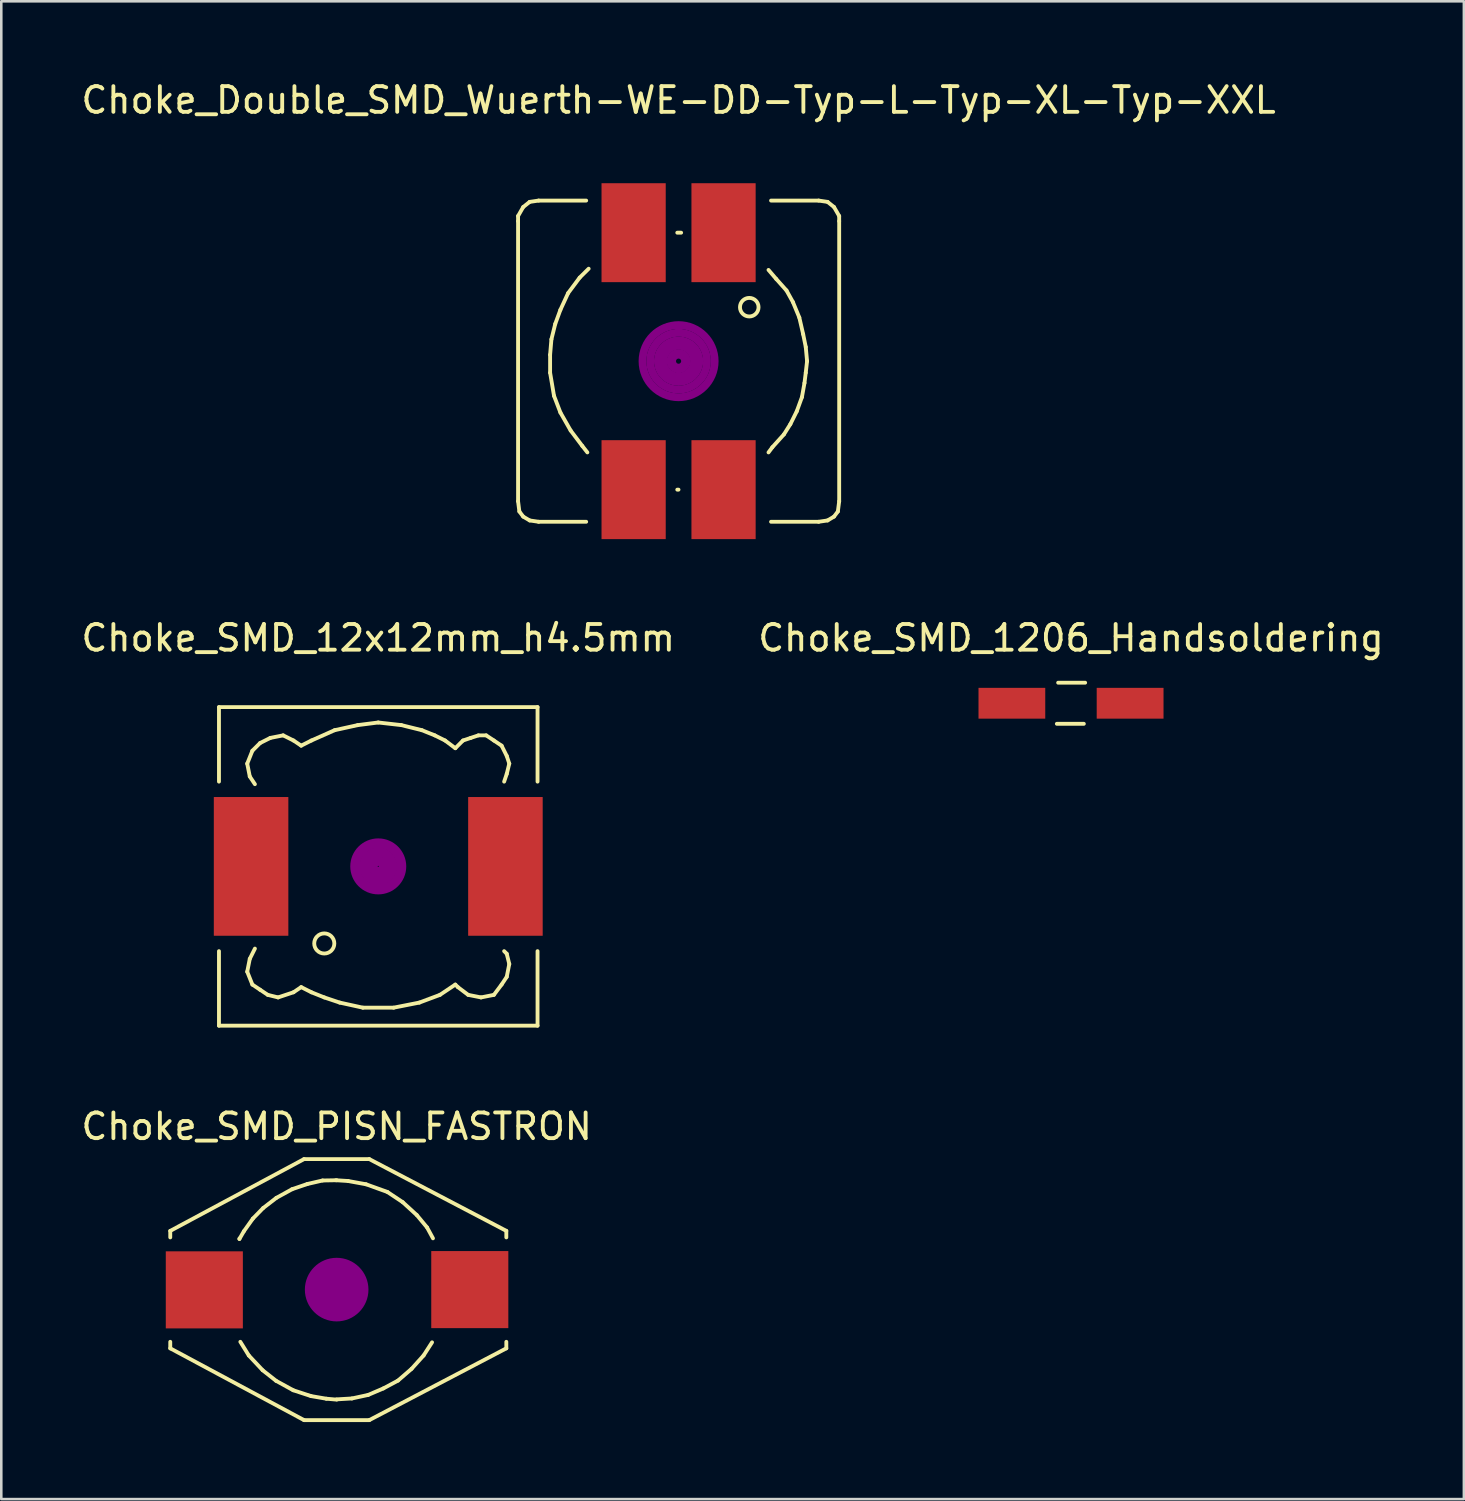
<source format=kicad_pcb>
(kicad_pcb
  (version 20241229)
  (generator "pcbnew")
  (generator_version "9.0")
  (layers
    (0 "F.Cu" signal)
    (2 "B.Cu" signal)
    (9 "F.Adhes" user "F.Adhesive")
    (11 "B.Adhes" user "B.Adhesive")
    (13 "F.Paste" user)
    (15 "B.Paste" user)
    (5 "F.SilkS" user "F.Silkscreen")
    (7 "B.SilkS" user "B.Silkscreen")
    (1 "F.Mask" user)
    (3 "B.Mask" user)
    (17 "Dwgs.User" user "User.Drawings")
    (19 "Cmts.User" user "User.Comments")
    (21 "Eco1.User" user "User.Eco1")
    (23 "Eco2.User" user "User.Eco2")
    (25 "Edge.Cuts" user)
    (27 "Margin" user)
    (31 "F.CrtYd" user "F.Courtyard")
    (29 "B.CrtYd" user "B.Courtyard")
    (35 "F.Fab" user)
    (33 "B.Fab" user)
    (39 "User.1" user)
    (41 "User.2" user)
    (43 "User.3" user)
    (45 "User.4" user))
  (footprint "Choke_SMD_PISN_FASTRON"
    (layer "F.Cu")
    (at 10.054 47.146)
    (property "Reference" "Choke_SMD_PISN_FASTRON" (at 0 -6.35 0) (layer "F.SilkS") (effects (font (size 1 1) (thickness 0.15))))
    (attr smd)
    (fp_line (start -6.477 -2.286) (end -6.477 -2.032) (stroke (width 0.15) (type solid)) (layer "F.SilkS"))
    (fp_line (start -6.477 2.286) (end -6.477 2.032) (stroke (width 0.15) (type solid)) (layer "F.SilkS"))
    (fp_line (start -3.785 -1.971) (end -3.785 -1.986) (stroke (width 0.15) (type solid)) (layer "F.SilkS"))
    (fp_line (start -3.612 -2.271) (end -3.785 -1.971) (stroke (width 0.15) (type solid)) (layer "F.SilkS"))
    (fp_line (start -3.419 2.565) (end -3.749 2.032) (stroke (width 0.15) (type solid)) (layer "F.SilkS"))
    (fp_line (start -3.261 -2.764) (end -3.612 -2.271) (stroke (width 0.15) (type solid)) (layer "F.SilkS"))
    (fp_line (start -2.88 3.139) (end -3.419 2.565) (stroke (width 0.15) (type solid)) (layer "F.SilkS"))
    (fp_line (start -2.86 -3.175) (end -3.261 -2.764) (stroke (width 0.15) (type solid)) (layer "F.SilkS"))
    (fp_line (start -2.357 3.551) (end -2.88 3.139) (stroke (width 0.15) (type solid)) (layer "F.SilkS"))
    (fp_line (start -2.347 -3.571) (end -2.86 -3.175) (stroke (width 0.15) (type solid)) (layer "F.SilkS"))
    (fp_line (start -1.737 -3.907) (end -2.347 -3.571) (stroke (width 0.15) (type solid)) (layer "F.SilkS"))
    (fp_line (start -1.692 3.917) (end -2.357 3.551) (stroke (width 0.15) (type solid)) (layer "F.SilkS"))
    (fp_line (start -1.27 -5.08) (end -6.477 -2.286) (stroke (width 0.15) (type solid)) (layer "F.SilkS"))
    (fp_line (start -1.27 -5.08) (end 1.27 -5.08) (stroke (width 0.15) (type solid)) (layer "F.SilkS"))
    (fp_line (start -1.27 5.08) (end -6.477 2.286) (stroke (width 0.15) (type solid)) (layer "F.SilkS"))
    (fp_line (start -1.27 5.08) (end 1.27 5.08) (stroke (width 0.15) (type solid)) (layer "F.SilkS"))
    (fp_line (start -1.143 -4.11) (end -1.737 -3.907) (stroke (width 0.15) (type solid)) (layer "F.SilkS"))
    (fp_line (start -0.996 4.145) (end -1.692 3.917) (stroke (width 0.15) (type solid)) (layer "F.SilkS"))
    (fp_line (start -0.549 -4.247) (end -1.143 -4.11) (stroke (width 0.15) (type solid)) (layer "F.SilkS"))
    (fp_line (start -0.401 4.247) (end -0.996 4.145) (stroke (width 0.15) (type solid)) (layer "F.SilkS"))
    (fp_line (start -0.025 -4.257) (end 0.447 -4.227) (stroke (width 0.15) (type solid)) (layer "F.SilkS"))
    (fp_line (start 0 -4.257) (end -0.549 -4.247) (stroke (width 0.15) (type solid)) (layer "F.SilkS"))
    (fp_line (start 0 4.272) (end 0.594 4.237) (stroke (width 0.15) (type solid)) (layer "F.SilkS"))
    (fp_line (start 0 4.282) (end -0.401 4.247) (stroke (width 0.15) (type solid)) (layer "F.SilkS"))
    (fp_line (start 0.447 -4.227) (end 1.143 -4.1) (stroke (width 0.15) (type solid)) (layer "F.SilkS"))
    (fp_line (start 0.594 4.237) (end 1.224 4.1) (stroke (width 0.15) (type solid)) (layer "F.SilkS"))
    (fp_line (start 1.143 -4.1) (end 1.976 -3.8) (stroke (width 0.15) (type solid)) (layer "F.SilkS"))
    (fp_line (start 1.224 4.1) (end 1.819 3.846) (stroke (width 0.15) (type solid)) (layer "F.SilkS"))
    (fp_line (start 1.27 -5.08) (end 6.604 -2.286) (stroke (width 0.15) (type solid)) (layer "F.SilkS"))
    (fp_line (start 1.27 5.08) (end 6.604 2.286) (stroke (width 0.15) (type solid)) (layer "F.SilkS"))
    (fp_line (start 1.819 3.846) (end 2.388 3.541) (stroke (width 0.15) (type solid)) (layer "F.SilkS"))
    (fp_line (start 1.976 -3.8) (end 2.57 -3.404) (stroke (width 0.15) (type solid)) (layer "F.SilkS"))
    (fp_line (start 2.388 3.541) (end 2.916 3.084) (stroke (width 0.15) (type solid)) (layer "F.SilkS"))
    (fp_line (start 2.57 -3.404) (end 3.119 -2.901) (stroke (width 0.15) (type solid)) (layer "F.SilkS"))
    (fp_line (start 2.916 3.084) (end 3.383 2.565) (stroke (width 0.15) (type solid)) (layer "F.SilkS"))
    (fp_line (start 3.119 -2.901) (end 3.52 -2.418) (stroke (width 0.15) (type solid)) (layer "F.SilkS"))
    (fp_line (start 3.383 2.565) (end 3.713 2.052) (stroke (width 0.15) (type solid)) (layer "F.SilkS"))
    (fp_line (start 3.52 -2.418) (end 3.749 -1.996) (stroke (width 0.15) (type solid)) (layer "F.SilkS"))
    (fp_line (start 6.604 -2.286) (end 6.604 -2.032) (stroke (width 0.15) (type solid)) (layer "F.SilkS"))
    (fp_line (start 6.604 2.286) (end 6.604 2.032) (stroke (width 0.15) (type solid)) (layer "F.SilkS"))
    (fp_line (start 0 -0.254) (end 0 0.254) (stroke (width 0.381) (type solid)) (layer "F.Adhes"))
    (fp_circle (center 0 0) (end 0 0.508) (stroke (width 0.381) (type solid)) (fill no) (layer "F.Adhes"))
    (fp_circle (center 0 0) (end 0.254 0) (stroke (width 0.381) (type solid)) (fill no) (layer "F.Adhes"))
    (fp_circle (center 0 0) (end 0.254 0.762) (stroke (width 0.381) (type solid)) (fill no) (layer "F.Adhes"))
    (fp_circle (center 0 0) (end 0.254 1.016) (stroke (width 0.381) (type solid)) (fill no) (layer "F.Adhes"))
    (pad "1" smd rect (at 5.182 0) (size 3 3) (layers "F.Cu" "F.Mask" "F.Paste"))
    (pad "2" smd rect (at -5.151 0.01) (size 3 3) (layers "F.Cu" "F.Mask" "F.Paste")))
  (footprint "Choke_SMD_1206_Handsoldering"
    (layer "F.Cu")
    (at 38.637 24.323)
    (property "Reference" "Choke_SMD_1206_Handsoldering" (at 0 -2.54 0) (layer "F.SilkS") (effects (font (size 1 1) (thickness 0.15))))
    (attr smd)
    (fp_line (start -0.551 0.8) (end 0.5 0.8) (stroke (width 0.15) (type solid)) (layer "F.SilkS"))
    (fp_line (start 0.551 -0.8) (end -0.5 -0.8) (stroke (width 0.15) (type solid)) (layer "F.SilkS"))
    (pad "1" smd rect (at -2.301 0) (size 2.598 1.199) (layers "F.Cu" "F.Mask" "F.Paste"))
    (pad "2" smd rect (at 2.301 0) (size 2.601 1.199) (layers "F.Cu" "F.Mask" "F.Paste")))
  (footprint "Choke_Double_SMD_Wuerth-WE-DD-Typ-L-Typ-XL-Typ-XXL"
    (layer "F.Cu")
    (at 23.363 11.008)
    (property "Reference" "Choke_Double_SMD_Wuerth-WE-DD-Typ-L-Typ-XL-Typ-XXL" (at 0 -10.16 0) (layer "F.SilkS") (effects (font (size 1 1) (thickness 0.15))))
    (attr smd)
    (fp_line (start -6.248 -5.649) (end -6.248 -5.451) (stroke (width 0.15) (type solid)) (layer "F.SilkS"))
    (fp_line (start -6.248 -5.451) (end -6.248 5.451) (stroke (width 0.15) (type solid)) (layer "F.SilkS"))
    (fp_line (start -6.198 5.85) (end -6.248 5.451) (stroke (width 0.15) (type solid)) (layer "F.SilkS"))
    (fp_line (start -6.048 -5.999) (end -6.248 -5.649) (stroke (width 0.15) (type solid)) (layer "F.SilkS"))
    (fp_line (start -6.048 6.05) (end -6.198 5.85) (stroke (width 0.15) (type solid)) (layer "F.SilkS"))
    (fp_line (start -5.796 -6.2) (end -6.048 -5.999) (stroke (width 0.15) (type solid)) (layer "F.SilkS"))
    (fp_line (start -5.796 6.2) (end -6.048 6.05) (stroke (width 0.15) (type solid)) (layer "F.SilkS"))
    (fp_line (start -5.448 -6.251) (end -5.796 -6.2) (stroke (width 0.15) (type solid)) (layer "F.SilkS"))
    (fp_line (start -5.448 6.251) (end -5.796 6.2) (stroke (width 0.15) (type solid)) (layer "F.SilkS"))
    (fp_line (start -5.001 -0.249) (end -5.001 0.45) (stroke (width 0.15) (type solid)) (layer "F.SilkS"))
    (fp_line (start -5.001 0.45) (end -4.849 1.349) (stroke (width 0.15) (type solid)) (layer "F.SilkS"))
    (fp_line (start -4.95 -0.851) (end -5.001 -0.249) (stroke (width 0.15) (type solid)) (layer "F.SilkS"))
    (fp_line (start -4.849 1.349) (end -4.6 1.999) (stroke (width 0.15) (type solid)) (layer "F.SilkS"))
    (fp_line (start -4.801 -1.45) (end -4.95 -0.851) (stroke (width 0.15) (type solid)) (layer "F.SilkS"))
    (fp_line (start -4.6 -1.999) (end -4.801 -1.45) (stroke (width 0.15) (type solid)) (layer "F.SilkS"))
    (fp_line (start -4.6 1.999) (end -4.201 2.7) (stroke (width 0.15) (type solid)) (layer "F.SilkS"))
    (fp_line (start -4.3 -2.649) (end -4.6 -1.999) (stroke (width 0.15) (type solid)) (layer "F.SilkS"))
    (fp_line (start -4.201 2.7) (end -3.749 3.299) (stroke (width 0.15) (type solid)) (layer "F.SilkS"))
    (fp_line (start -3.851 -3.251) (end -4.3 -2.649) (stroke (width 0.15) (type solid)) (layer "F.SilkS"))
    (fp_line (start -3.749 3.299) (end -3.551 3.551) (stroke (width 0.15) (type solid)) (layer "F.SilkS"))
    (fp_line (start -3.597 -6.251) (end -5.448 -6.251) (stroke (width 0.15) (type solid)) (layer "F.SilkS"))
    (fp_line (start -3.597 6.251) (end -5.448 6.251) (stroke (width 0.15) (type solid)) (layer "F.SilkS"))
    (fp_line (start -3.5 -3.599) (end -3.851 -3.251) (stroke (width 0.15) (type solid)) (layer "F.SilkS"))
    (fp_line (start -0.051 5.001) (end -0.003 5.001) (stroke (width 0.15) (type solid)) (layer "F.SilkS"))
    (fp_line (start 0.099 -5.001) (end -0.051 -5.001) (stroke (width 0.15) (type solid)) (layer "F.SilkS"))
    (fp_line (start 3.5 3.551) (end 3.65 3.35) (stroke (width 0.15) (type solid)) (layer "F.SilkS"))
    (fp_line (start 3.599 -6.251) (end 5.451 -6.251) (stroke (width 0.15) (type solid)) (layer "F.SilkS"))
    (fp_line (start 3.599 6.251) (end 5.451 6.251) (stroke (width 0.15) (type solid)) (layer "F.SilkS"))
    (fp_line (start 3.65 3.35) (end 4.1 2.85) (stroke (width 0.15) (type solid)) (layer "F.SilkS"))
    (fp_line (start 3.8 -3.2) (end 3.5 -3.551) (stroke (width 0.15) (type solid)) (layer "F.SilkS"))
    (fp_line (start 4.1 2.85) (end 4.351 2.451) (stroke (width 0.15) (type solid)) (layer "F.SilkS"))
    (fp_line (start 4.201 -2.751) (end 3.8 -3.2) (stroke (width 0.15) (type solid)) (layer "F.SilkS"))
    (fp_line (start 4.351 2.451) (end 4.6 1.951) (stroke (width 0.15) (type solid)) (layer "F.SilkS"))
    (fp_line (start 4.45 -2.301) (end 4.201 -2.751) (stroke (width 0.15) (type solid)) (layer "F.SilkS"))
    (fp_line (start 4.6 1.951) (end 4.801 1.4) (stroke (width 0.15) (type solid)) (layer "F.SilkS"))
    (fp_line (start 4.699 -1.699) (end 4.45 -2.301) (stroke (width 0.15) (type solid)) (layer "F.SilkS"))
    (fp_line (start 4.801 1.4) (end 4.9 0.851) (stroke (width 0.15) (type solid)) (layer "F.SilkS"))
    (fp_line (start 4.849 -1.049) (end 4.699 -1.699) (stroke (width 0.15) (type solid)) (layer "F.SilkS"))
    (fp_line (start 4.9 0.851) (end 4.95 0.45) (stroke (width 0.15) (type solid)) (layer "F.SilkS"))
    (fp_line (start 4.95 -0.551) (end 4.849 -1.049) (stroke (width 0.15) (type solid)) (layer "F.SilkS"))
    (fp_line (start 4.95 0.45) (end 5.001 0) (stroke (width 0.15) (type solid)) (layer "F.SilkS"))
    (fp_line (start 5.001 0) (end 4.95 -0.551) (stroke (width 0.15) (type solid)) (layer "F.SilkS"))
    (fp_line (start 5.451 -6.251) (end 5.799 -6.2) (stroke (width 0.15) (type solid)) (layer "F.SilkS"))
    (fp_line (start 5.451 6.251) (end 5.799 6.2) (stroke (width 0.15) (type solid)) (layer "F.SilkS"))
    (fp_line (start 5.799 -6.2) (end 6.05 -5.999) (stroke (width 0.15) (type solid)) (layer "F.SilkS"))
    (fp_line (start 5.799 6.2) (end 6.05 6.05) (stroke (width 0.15) (type solid)) (layer "F.SilkS"))
    (fp_line (start 6.05 -5.999) (end 6.251 -5.649) (stroke (width 0.15) (type solid)) (layer "F.SilkS"))
    (fp_line (start 6.05 6.05) (end 6.2 5.85) (stroke (width 0.15) (type solid)) (layer "F.SilkS"))
    (fp_line (start 6.2 5.85) (end 6.251 5.451) (stroke (width 0.15) (type solid)) (layer "F.SilkS"))
    (fp_line (start 6.251 -5.649) (end 6.251 -5.451) (stroke (width 0.15) (type solid)) (layer "F.SilkS"))
    (fp_line (start 6.251 -5.451) (end 6.251 5.451) (stroke (width 0.15) (type solid)) (layer "F.SilkS"))
    (fp_circle (center 2.751 -2.101) (end 3.051 -1.9) (stroke (width 0.15) (type solid)) (fill no) (layer "F.SilkS"))
    (fp_circle (center 0 0) (end 0.1 0) (stroke (width 0.305) (type solid)) (fill no) (layer "F.Adhes"))
    (fp_circle (center 0 0) (end 0.3 0.1) (stroke (width 0.305) (type solid)) (fill no) (layer "F.Adhes"))
    (fp_circle (center 0 0) (end 0.6 0) (stroke (width 0.305) (type solid)) (fill no) (layer "F.Adhes"))
    (fp_circle (center 0 0) (end 0.8 -0.1) (stroke (width 0.305) (type solid)) (fill no) (layer "F.Adhes"))
    (fp_circle (center 0 0) (end 1.1 -0.1) (stroke (width 0.305) (type solid)) (fill no) (layer "F.Adhes"))
    (fp_circle (center 0 0) (end 1.4 -0.1) (stroke (width 0.305) (type solid)) (fill no) (layer "F.Adhes"))
    (pad "1" smd rect (at -1.75 -5.001) (size 2.499 3.851) (layers "F.Cu" "F.Mask" "F.Paste"))
    (pad "2" smd rect (at 1.75 -5.001) (size 2.499 3.851) (layers "F.Cu" "F.Mask" "F.Paste"))
    (pad "3" smd rect (at 1.75 5.001) (size 2.499 3.851) (layers "F.Cu" "F.Mask" "F.Paste"))
    (pad "4" smd rect (at -1.75 5.001) (size 2.499 3.851) (layers "F.Cu" "F.Mask" "F.Paste")))
  (footprint "Choke_SMD_12x12mm_h4.5mm"
    (layer "F.Cu")
    (at 11.673 30.673)
    (property "Reference" "Choke_SMD_12x12mm_h4.5mm" (at 0 -8.89 0) (layer "F.SilkS") (effects (font (size 1 1) (thickness 0.15))))
    (attr smd)
    (fp_line (start -6.2 -6.2) (end -6.2 -3.299) (stroke (width 0.15) (type solid)) (layer "F.SilkS"))
    (fp_line (start -6.2 3.299) (end -6.2 6.2) (stroke (width 0.15) (type solid)) (layer "F.SilkS"))
    (fp_line (start -6.2 6.2) (end 6.2 6.2) (stroke (width 0.15) (type solid)) (layer "F.SilkS"))
    (fp_line (start -5.1 -4) (end -5.001 -3.5) (stroke (width 0.15) (type solid)) (layer "F.SilkS"))
    (fp_line (start -5.1 4.1) (end -5.001 3.599) (stroke (width 0.15) (type solid)) (layer "F.SilkS"))
    (fp_line (start -5.001 -3.5) (end -4.801 -3.2) (stroke (width 0.15) (type solid)) (layer "F.SilkS"))
    (fp_line (start -5.001 3.599) (end -4.801 3.2) (stroke (width 0.15) (type solid)) (layer "F.SilkS"))
    (fp_line (start -4.9 -4.501) (end -5.1 -4) (stroke (width 0.15) (type solid)) (layer "F.SilkS"))
    (fp_line (start -4.9 4.6) (end -5.1 4.1) (stroke (width 0.15) (type solid)) (layer "F.SilkS"))
    (fp_line (start -4.6 -4.801) (end -4.9 -4.501) (stroke (width 0.15) (type solid)) (layer "F.SilkS"))
    (fp_line (start -4.6 4.801) (end -4.9 4.6) (stroke (width 0.15) (type solid)) (layer "F.SilkS"))
    (fp_line (start -4.3 5.001) (end -4.6 4.801) (stroke (width 0.15) (type solid)) (layer "F.SilkS"))
    (fp_line (start -4.201 -5.001) (end -4.6 -4.801) (stroke (width 0.15) (type solid)) (layer "F.SilkS"))
    (fp_line (start -3.899 5.1) (end -4.3 5.001) (stroke (width 0.15) (type solid)) (layer "F.SilkS"))
    (fp_line (start -3.701 -5.1) (end -4.201 -5.001) (stroke (width 0.15) (type solid)) (layer "F.SilkS"))
    (fp_line (start -3.299 -4.9) (end -3.701 -5.1) (stroke (width 0.15) (type solid)) (layer "F.SilkS"))
    (fp_line (start -3.299 4.9) (end -3.899 5.1) (stroke (width 0.15) (type solid)) (layer "F.SilkS"))
    (fp_line (start -3 -4.699) (end -3.299 -4.9) (stroke (width 0.15) (type solid)) (layer "F.SilkS"))
    (fp_line (start -3 4.699) (end -3.299 4.9) (stroke (width 0.15) (type solid)) (layer "F.SilkS"))
    (fp_line (start -2.601 -4.9) (end -3 -4.699) (stroke (width 0.15) (type solid)) (layer "F.SilkS"))
    (fp_line (start -2.601 4.9) (end -3 4.699) (stroke (width 0.15) (type solid)) (layer "F.SilkS"))
    (fp_line (start -2.101 5.1) (end -2.601 4.9) (stroke (width 0.15) (type solid)) (layer "F.SilkS"))
    (fp_line (start -1.699 -5.301) (end -2.601 -4.9) (stroke (width 0.15) (type solid)) (layer "F.SilkS"))
    (fp_line (start -1.501 5.301) (end -2.101 5.1) (stroke (width 0.15) (type solid)) (layer "F.SilkS"))
    (fp_line (start -0.8 -5.499) (end -1.699 -5.301) (stroke (width 0.15) (type solid)) (layer "F.SilkS"))
    (fp_line (start -0.599 5.499) (end -1.501 5.301) (stroke (width 0.15) (type solid)) (layer "F.SilkS"))
    (fp_line (start 0 -5.601) (end -0.8 -5.499) (stroke (width 0.15) (type solid)) (layer "F.SilkS"))
    (fp_line (start 0.599 5.499) (end -0.599 5.499) (stroke (width 0.15) (type solid)) (layer "F.SilkS"))
    (fp_line (start 0.899 -5.499) (end 0 -5.601) (stroke (width 0.15) (type solid)) (layer "F.SilkS"))
    (fp_line (start 1.6 5.301) (end 0.599 5.499) (stroke (width 0.15) (type solid)) (layer "F.SilkS"))
    (fp_line (start 1.699 -5.301) (end 0.899 -5.499) (stroke (width 0.15) (type solid)) (layer "F.SilkS"))
    (fp_line (start 2.2 -5.1) (end 1.699 -5.301) (stroke (width 0.15) (type solid)) (layer "F.SilkS"))
    (fp_line (start 2.4 5.001) (end 1.6 5.301) (stroke (width 0.15) (type solid)) (layer "F.SilkS"))
    (fp_line (start 2.601 -4.9) (end 2.2 -5.1) (stroke (width 0.15) (type solid)) (layer "F.SilkS"))
    (fp_line (start 3 -4.6) (end 2.601 -4.9) (stroke (width 0.15) (type solid)) (layer "F.SilkS"))
    (fp_line (start 3 4.6) (end 2.4 5.001) (stroke (width 0.15) (type solid)) (layer "F.SilkS"))
    (fp_line (start 3.099 4.699) (end 3 4.6) (stroke (width 0.15) (type solid)) (layer "F.SilkS"))
    (fp_line (start 3.299 -4.9) (end 3 -4.6) (stroke (width 0.15) (type solid)) (layer "F.SilkS"))
    (fp_line (start 3.5 5.001) (end 3.099 4.699) (stroke (width 0.15) (type solid)) (layer "F.SilkS"))
    (fp_line (start 3.599 -5.001) (end 3.299 -4.9) (stroke (width 0.15) (type solid)) (layer "F.SilkS"))
    (fp_line (start 3.899 -5.1) (end 3.599 -5.001) (stroke (width 0.15) (type solid)) (layer "F.SilkS"))
    (fp_line (start 4 5.1) (end 3.5 5.001) (stroke (width 0.15) (type solid)) (layer "F.SilkS"))
    (fp_line (start 4.201 -5.1) (end 3.899 -5.1) (stroke (width 0.15) (type solid)) (layer "F.SilkS"))
    (fp_line (start 4.501 -4.9) (end 4.201 -5.1) (stroke (width 0.15) (type solid)) (layer "F.SilkS"))
    (fp_line (start 4.501 5.001) (end 4 5.1) (stroke (width 0.15) (type solid)) (layer "F.SilkS"))
    (fp_line (start 4.801 -4.699) (end 4.501 -4.9) (stroke (width 0.15) (type solid)) (layer "F.SilkS"))
    (fp_line (start 4.801 4.6) (end 4.501 5.001) (stroke (width 0.15) (type solid)) (layer "F.SilkS"))
    (fp_line (start 4.9 -3.299) (end 5.001 -3.599) (stroke (width 0.15) (type solid)) (layer "F.SilkS"))
    (fp_line (start 4.9 3.299) (end 5.001 3.401) (stroke (width 0.15) (type solid)) (layer "F.SilkS"))
    (fp_line (start 5.001 -4.3) (end 4.801 -4.699) (stroke (width 0.15) (type solid)) (layer "F.SilkS"))
    (fp_line (start 5.001 -3.599) (end 5.1 -4) (stroke (width 0.15) (type solid)) (layer "F.SilkS"))
    (fp_line (start 5.001 3.401) (end 5.1 3.8) (stroke (width 0.15) (type solid)) (layer "F.SilkS"))
    (fp_line (start 5.001 4.3) (end 4.801 4.6) (stroke (width 0.15) (type solid)) (layer "F.SilkS"))
    (fp_line (start 5.1 -4) (end 5.001 -4.3) (stroke (width 0.15) (type solid)) (layer "F.SilkS"))
    (fp_line (start 5.1 3.8) (end 5.001 4.3) (stroke (width 0.15) (type solid)) (layer "F.SilkS"))
    (fp_line (start 6.2 -6.2) (end -6.2 -6.2) (stroke (width 0.15) (type solid)) (layer "F.SilkS"))
    (fp_line (start 6.2 -6.2) (end 6.2 -3.299) (stroke (width 0.15) (type solid)) (layer "F.SilkS"))
    (fp_line (start 6.2 6.2) (end 6.2 3.299) (stroke (width 0.15) (type solid)) (layer "F.SilkS"))
    (fp_circle (center -2.101 3) (end -1.801 3.251) (stroke (width 0.15) (type solid)) (fill no) (layer "F.SilkS"))
    (fp_circle (center 0 0) (end 0.15 0.15) (stroke (width 0.381) (type solid)) (fill no) (layer "F.Adhes"))
    (fp_circle (center 0 0) (end 0.551 0) (stroke (width 0.381) (type solid)) (fill no) (layer "F.Adhes"))
    (fp_circle (center 0 0) (end 0.899 0) (stroke (width 0.381) (type solid)) (fill no) (layer "F.Adhes"))
    (pad "1" smd rect (at -4.95 0) (size 2.901 5.4) (layers "F.Cu" "F.Mask" "F.Paste"))
    (pad "2" smd rect (at 4.95 0) (size 2.901 5.4) (layers "F.Cu" "F.Mask" "F.Paste")))
  (gr_rect
    (start -3 -3)
    (end 53.929 55.301)
    (stroke (width 0.1) (type default))
    (fill no)
    (layer "Edge.Cuts")))
</source>
